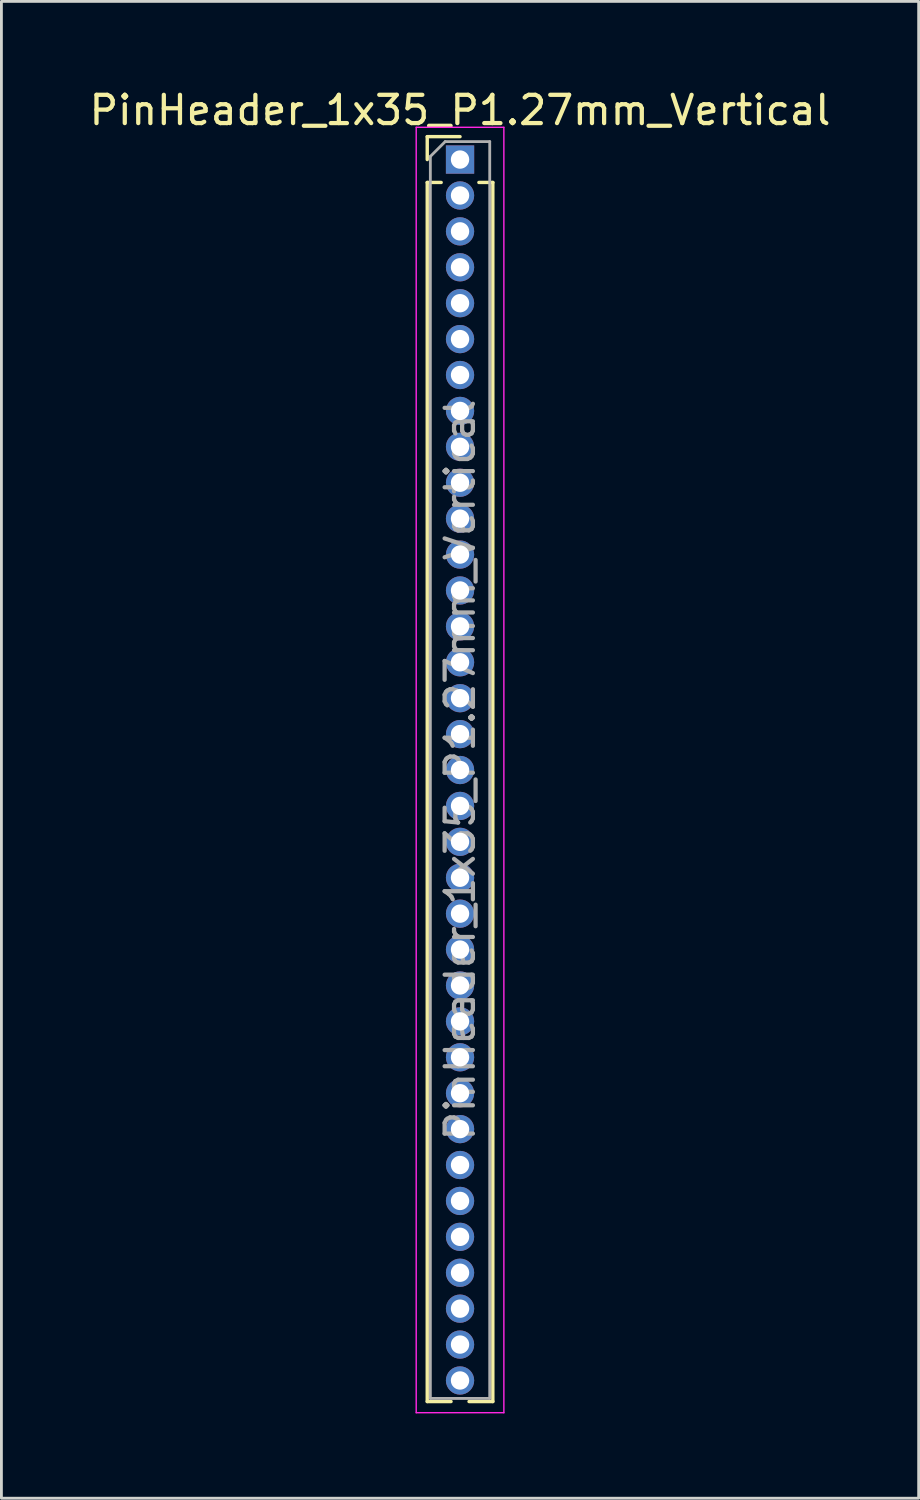
<source format=kicad_pcb>
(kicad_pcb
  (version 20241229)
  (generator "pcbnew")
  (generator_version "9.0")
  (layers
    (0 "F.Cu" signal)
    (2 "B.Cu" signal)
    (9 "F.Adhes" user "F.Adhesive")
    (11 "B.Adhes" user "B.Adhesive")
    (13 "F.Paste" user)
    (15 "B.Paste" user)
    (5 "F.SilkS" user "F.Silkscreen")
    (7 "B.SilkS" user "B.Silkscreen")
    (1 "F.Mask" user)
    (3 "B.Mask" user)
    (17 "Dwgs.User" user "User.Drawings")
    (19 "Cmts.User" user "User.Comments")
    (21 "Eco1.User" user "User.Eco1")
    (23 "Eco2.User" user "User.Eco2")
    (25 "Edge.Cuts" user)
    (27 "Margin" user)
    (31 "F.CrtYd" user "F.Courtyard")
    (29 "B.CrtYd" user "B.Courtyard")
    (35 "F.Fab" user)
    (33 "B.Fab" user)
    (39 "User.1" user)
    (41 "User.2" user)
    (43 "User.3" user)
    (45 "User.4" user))
  (footprint "PinHeader_1x35_P1.27mm_Vertical"
    (layer "F.Cu")
    (at 13.22 2.593)
    (property "Reference" "PinHeader_1x35_P1.27mm_Vertical" (at 0 -1.745 0) (layer "F.SilkS") (effects (font (size 1 1) (thickness 0.15))))
    (attr through_hole)
    (fp_line (start -1.16 -0.81) (end 0 -0.81) (stroke (width 0.12) (type solid)) (layer "F.SilkS"))
    (fp_line (start -1.16 0) (end -1.16 -0.81) (stroke (width 0.12) (type solid)) (layer "F.SilkS"))
    (fp_line (start -1.16 0.81) (end -1.16 43.925) (stroke (width 0.12) (type solid)) (layer "F.SilkS"))
    (fp_line (start -1.16 0.81) (end -0.667 0.81) (stroke (width 0.12) (type solid)) (layer "F.SilkS"))
    (fp_line (start -1.16 43.925) (end -0.318 43.925) (stroke (width 0.12) (type solid)) (layer "F.SilkS"))
    (fp_line (start 0.318 43.925) (end 1.16 43.925) (stroke (width 0.12) (type solid)) (layer "F.SilkS"))
    (fp_line (start 0.667 0.81) (end 1.16 0.81) (stroke (width 0.12) (type solid)) (layer "F.SilkS"))
    (fp_line (start 1.16 0.81) (end 1.16 43.925) (stroke (width 0.12) (type solid)) (layer "F.SilkS"))
    (fp_line (start -1.55 -1.14) (end -1.55 44.32) (stroke (width 0.05) (type solid)) (layer "F.CrtYd"))
    (fp_line (start -1.55 44.32) (end 1.55 44.32) (stroke (width 0.05) (type solid)) (layer "F.CrtYd"))
    (fp_line (start 1.55 -1.14) (end -1.55 -1.14) (stroke (width 0.05) (type solid)) (layer "F.CrtYd"))
    (fp_line (start 1.55 44.32) (end 1.55 -1.14) (stroke (width 0.05) (type solid)) (layer "F.CrtYd"))
    (fp_line (start -1.05 -0.11) (end -0.525 -0.635) (stroke (width 0.1) (type solid)) (layer "F.Fab"))
    (fp_line (start -1.05 43.815) (end -1.05 -0.11) (stroke (width 0.1) (type solid)) (layer "F.Fab"))
    (fp_line (start -0.525 -0.635) (end 1.05 -0.635) (stroke (width 0.1) (type solid)) (layer "F.Fab"))
    (fp_line (start 1.05 -0.635) (end 1.05 43.815) (stroke (width 0.1) (type solid)) (layer "F.Fab"))
    (fp_line (start 1.05 43.815) (end -1.05 43.815) (stroke (width 0.1) (type solid)) (layer "F.Fab"))
    (fp_text user "${REFERENCE}" (at 0 21.59 90) (layer "F.Fab") (effects (font (size 1 1) (thickness 0.15))))
    (pad "1" thru_hole rect (at 0 0) (size 1 1) (drill 0.65) (layers "*.Cu" "*.Mask"))
    (pad "2" thru_hole circle (at 0 1.27) (size 1 1) (drill 0.65) (layers "*.Cu" "*.Mask"))
    (pad "3" thru_hole circle (at 0 2.54) (size 1 1) (drill 0.65) (layers "*.Cu" "*.Mask"))
    (pad "4" thru_hole circle (at 0 3.81) (size 1 1) (drill 0.65) (layers "*.Cu" "*.Mask"))
    (pad "5" thru_hole circle (at 0 5.08) (size 1 1) (drill 0.65) (layers "*.Cu" "*.Mask"))
    (pad "6" thru_hole circle (at 0 6.35) (size 1 1) (drill 0.65) (layers "*.Cu" "*.Mask"))
    (pad "7" thru_hole circle (at 0 7.62) (size 1 1) (drill 0.65) (layers "*.Cu" "*.Mask"))
    (pad "8" thru_hole circle (at 0 8.89) (size 1 1) (drill 0.65) (layers "*.Cu" "*.Mask"))
    (pad "9" thru_hole circle (at 0 10.16) (size 1 1) (drill 0.65) (layers "*.Cu" "*.Mask"))
    (pad "10" thru_hole circle (at 0 11.43) (size 1 1) (drill 0.65) (layers "*.Cu" "*.Mask"))
    (pad "11" thru_hole circle (at 0 12.7) (size 1 1) (drill 0.65) (layers "*.Cu" "*.Mask"))
    (pad "12" thru_hole circle (at 0 13.97) (size 1 1) (drill 0.65) (layers "*.Cu" "*.Mask"))
    (pad "13" thru_hole circle (at 0 15.24) (size 1 1) (drill 0.65) (layers "*.Cu" "*.Mask"))
    (pad "14" thru_hole circle (at 0 16.51) (size 1 1) (drill 0.65) (layers "*.Cu" "*.Mask"))
    (pad "15" thru_hole circle (at 0 17.78) (size 1 1) (drill 0.65) (layers "*.Cu" "*.Mask"))
    (pad "16" thru_hole circle (at 0 19.05) (size 1 1) (drill 0.65) (layers "*.Cu" "*.Mask"))
    (pad "17" thru_hole circle (at 0 20.32) (size 1 1) (drill 0.65) (layers "*.Cu" "*.Mask"))
    (pad "18" thru_hole circle (at 0 21.59) (size 1 1) (drill 0.65) (layers "*.Cu" "*.Mask"))
    (pad "19" thru_hole circle (at 0 22.86) (size 1 1) (drill 0.65) (layers "*.Cu" "*.Mask"))
    (pad "20" thru_hole circle (at 0 24.13) (size 1 1) (drill 0.65) (layers "*.Cu" "*.Mask"))
    (pad "21" thru_hole circle (at 0 25.4) (size 1 1) (drill 0.65) (layers "*.Cu" "*.Mask"))
    (pad "22" thru_hole circle (at 0 26.67) (size 1 1) (drill 0.65) (layers "*.Cu" "*.Mask"))
    (pad "23" thru_hole circle (at 0 27.94) (size 1 1) (drill 0.65) (layers "*.Cu" "*.Mask"))
    (pad "24" thru_hole circle (at 0 29.21) (size 1 1) (drill 0.65) (layers "*.Cu" "*.Mask"))
    (pad "25" thru_hole circle (at 0 30.48) (size 1 1) (drill 0.65) (layers "*.Cu" "*.Mask"))
    (pad "26" thru_hole circle (at 0 31.75) (size 1 1) (drill 0.65) (layers "*.Cu" "*.Mask"))
    (pad "27" thru_hole circle (at 0 33.02) (size 1 1) (drill 0.65) (layers "*.Cu" "*.Mask"))
    (pad "28" thru_hole circle (at 0 34.29) (size 1 1) (drill 0.65) (layers "*.Cu" "*.Mask"))
    (pad "29" thru_hole circle (at 0 35.56) (size 1 1) (drill 0.65) (layers "*.Cu" "*.Mask"))
    (pad "30" thru_hole circle (at 0 36.83) (size 1 1) (drill 0.65) (layers "*.Cu" "*.Mask"))
    (pad "31" thru_hole circle (at 0 38.1) (size 1 1) (drill 0.65) (layers "*.Cu" "*.Mask"))
    (pad "32" thru_hole circle (at 0 39.37) (size 1 1) (drill 0.65) (layers "*.Cu" "*.Mask"))
    (pad "33" thru_hole circle (at 0 40.64) (size 1 1) (drill 0.65) (layers "*.Cu" "*.Mask"))
    (pad "34" thru_hole circle (at 0 41.91) (size 1 1) (drill 0.65) (layers "*.Cu" "*.Mask"))
    (pad "35" thru_hole circle (at 0 43.18) (size 1 1) (drill 0.65) (layers "*.Cu" "*.Mask")))
  (gr_rect
    (start -3 -3)
    (end 29.44 49.938)
    (stroke (width 0.1) (type default))
    (fill no)
    (layer "Edge.Cuts")))
</source>
